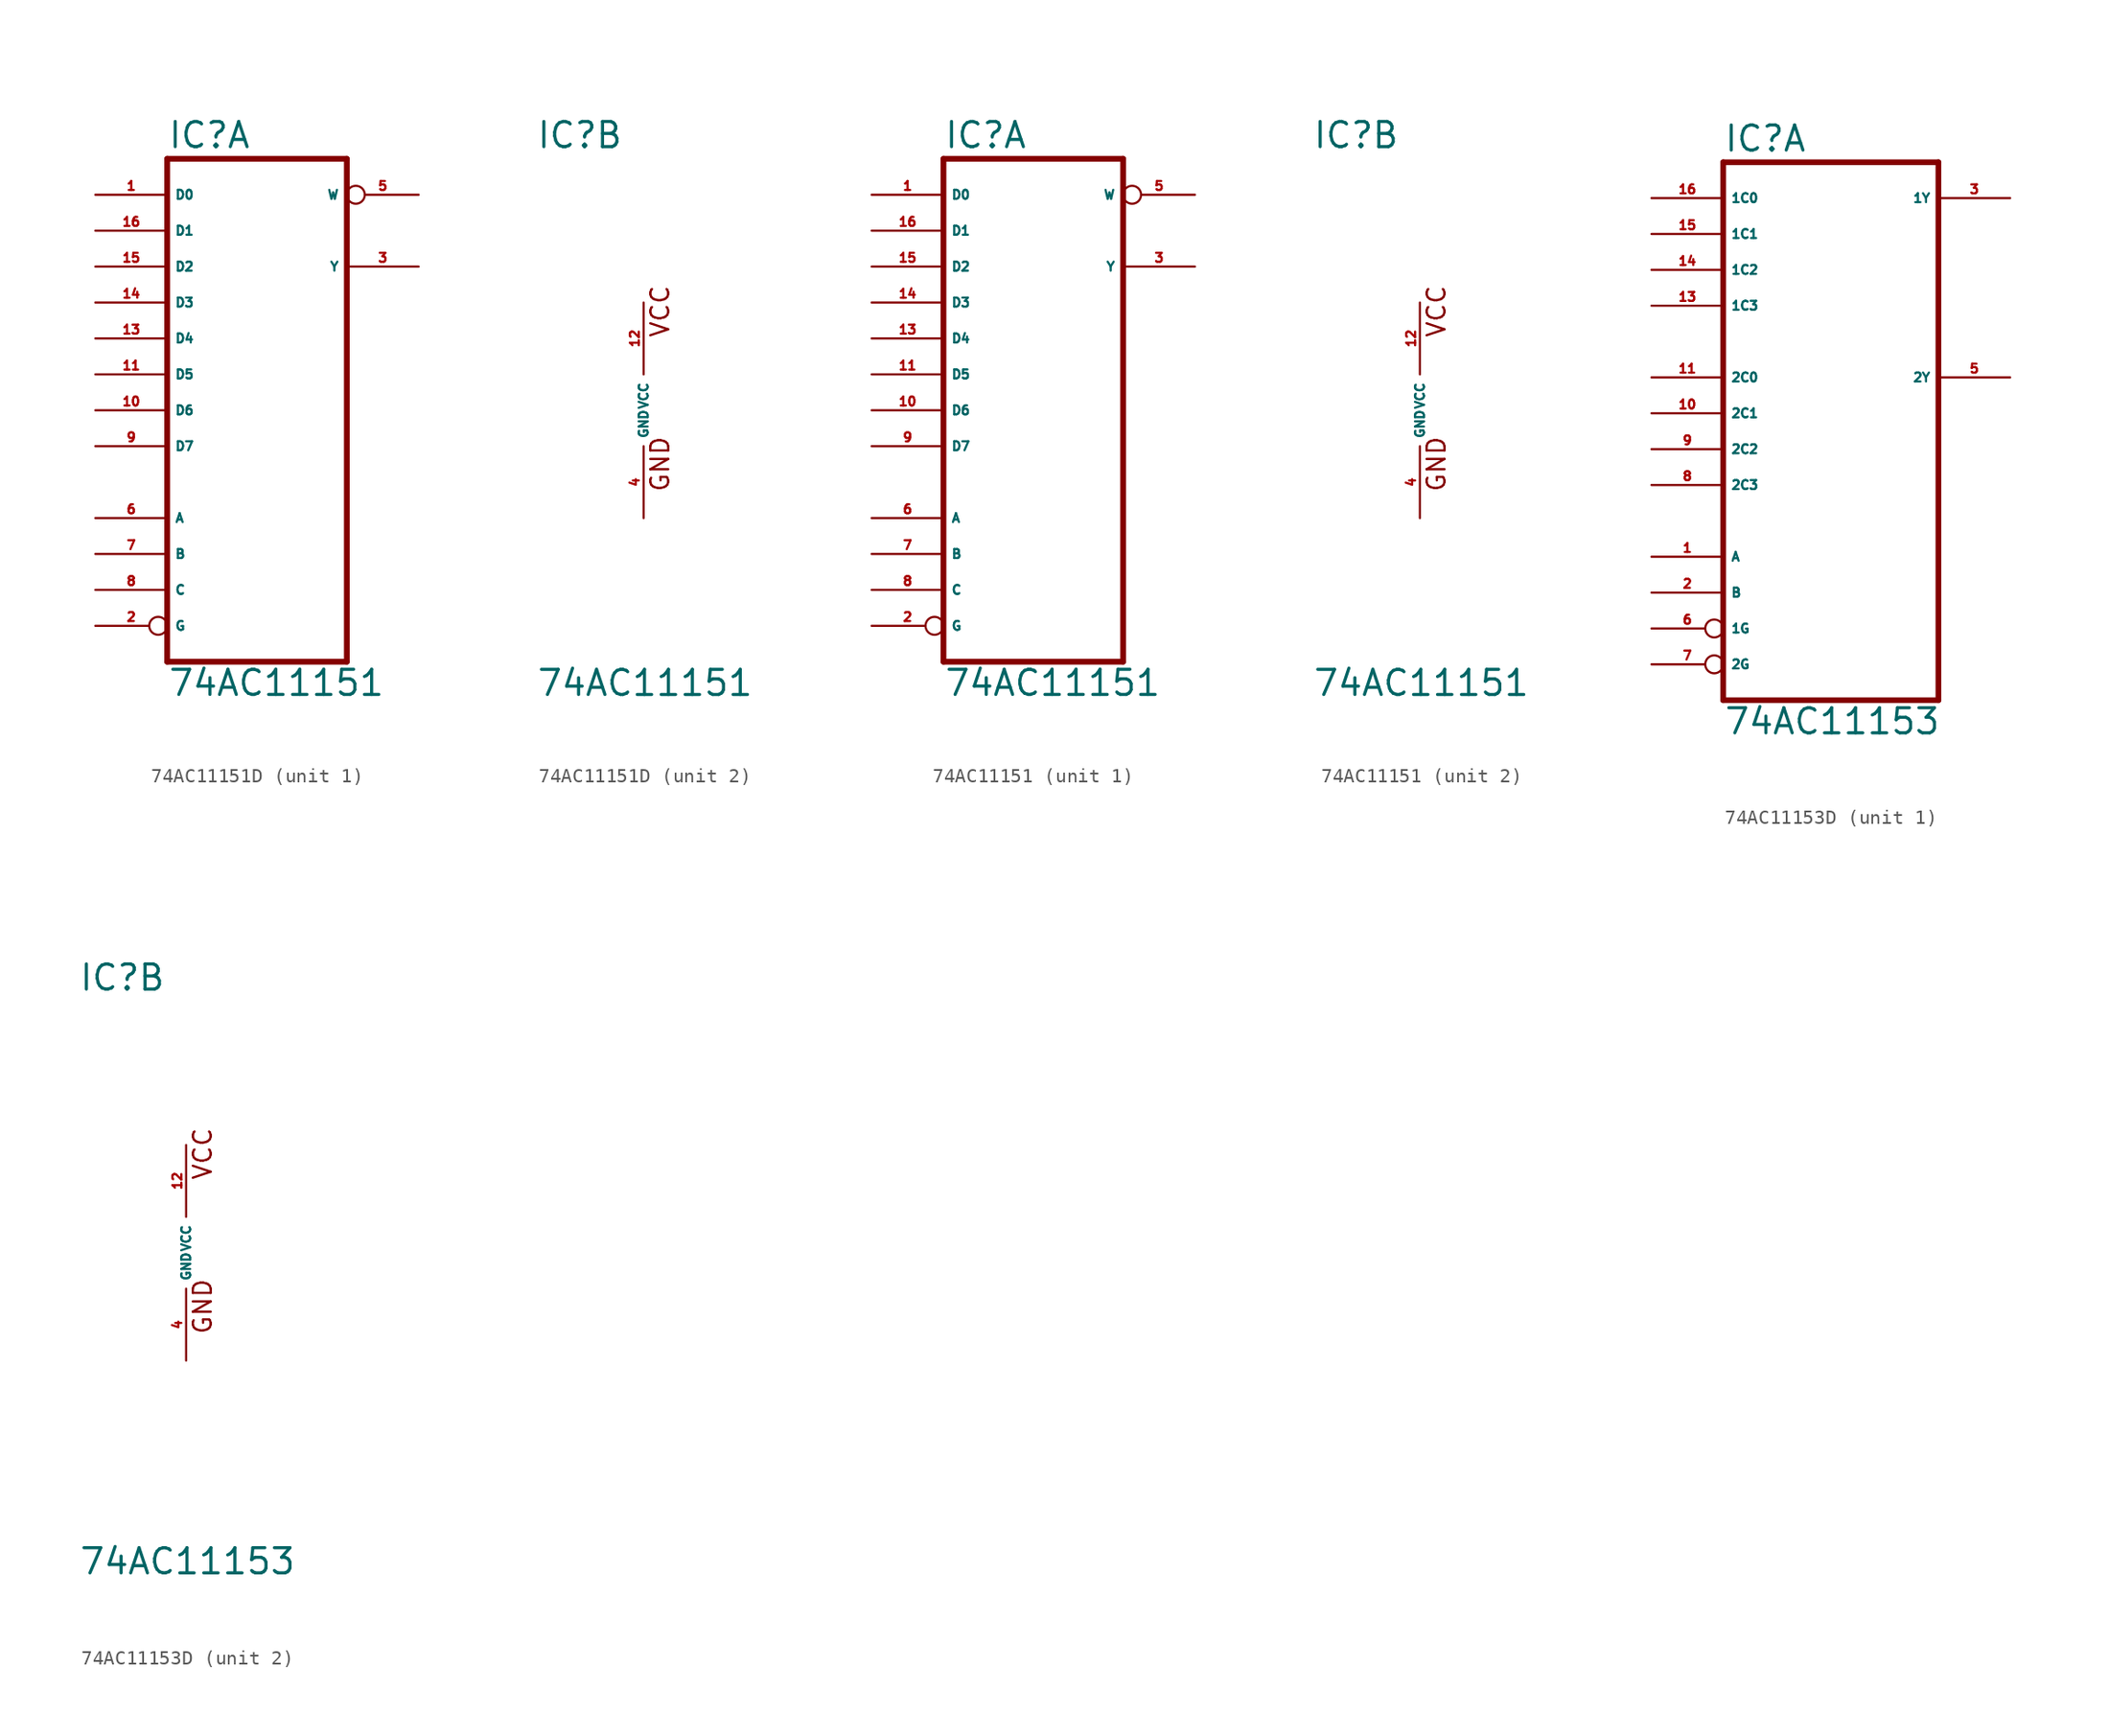
<source format=kicad_sym>
(kicad_symbol_lib
  (version 20220914)
  (generator Eagle2Kicad)
  (symbol "74AC11151D"
    (property "Reference" "IC"
      (at -7.62 18.415 0)
      (effects (font (size 1.778 1.778) (thickness 0.22)) (justify left bottom)))
    (property "Value" "74AC11151"
      (at -7.62 -20.32 0)
      (effects (font (size 1.778 1.778) (thickness 0.22)) (justify left bottom)))
    (symbol "74AC11151D_1_0"
      (polyline (pts (xy -7.62 -17.78) (xy 5.08 -17.78)) (stroke (width 0.406) (type default)) (fill (type none)))
      (polyline (pts (xy 5.08 -17.78) (xy 5.08 17.78)) (stroke (width 0.406) (type default)) (fill (type none)))
      (polyline (pts (xy 5.08 17.78) (xy -7.62 17.78)) (stroke (width 0.406) (type default)) (fill (type none)))
      (polyline (pts (xy -7.62 17.78) (xy -7.62 -17.78)) (stroke (width 0.406) (type default)) (fill (type none)))
      (pin input line (at -12.7 15.24 0) (length 5.08) (name "D0" (effects (font (size 0.635 0.635) (thickness 0.08)) (justify left bottom))) (number "1" (effects (font (size 0.635 0.635) (thickness 0.08)) (justify left bottom))))
      (pin input inverted (at -12.7 -15.24 0) (length 5.08) (name "G" (effects (font (size 0.635 0.635) (thickness 0.08)) (justify left bottom))) (number "2" (effects (font (size 0.635 0.635) (thickness 0.08)) (justify left bottom))))
      (pin output line (at 10.16 10.16 180) (length 5.08) (name "Y" (effects (font (size 0.635 0.635) (thickness 0.08)) (justify left bottom))) (number "3" (effects (font (size 0.635 0.635) (thickness 0.08)) (justify left bottom))))
      (pin output inverted (at 10.16 15.24 180) (length 5.08) (name "W" (effects (font (size 0.635 0.635) (thickness 0.08)) (justify left bottom))) (number "5" (effects (font (size 0.635 0.635) (thickness 0.08)) (justify left bottom))))
      (pin input line (at -12.7 -7.62 0) (length 5.08) (name "A" (effects (font (size 0.635 0.635) (thickness 0.08)) (justify left bottom))) (number "6" (effects (font (size 0.635 0.635) (thickness 0.08)) (justify left bottom))))
      (pin input line (at -12.7 -10.16 0) (length 5.08) (name "B" (effects (font (size 0.635 0.635) (thickness 0.08)) (justify left bottom))) (number "7" (effects (font (size 0.635 0.635) (thickness 0.08)) (justify left bottom))))
      (pin input line (at -12.7 -12.7 0) (length 5.08) (name "C" (effects (font (size 0.635 0.635) (thickness 0.08)) (justify left bottom))) (number "8" (effects (font (size 0.635 0.635) (thickness 0.08)) (justify left bottom))))
      (pin input line (at -12.7 -2.54 0) (length 5.08) (name "D7" (effects (font (size 0.635 0.635) (thickness 0.08)) (justify left bottom))) (number "9" (effects (font (size 0.635 0.635) (thickness 0.08)) (justify left bottom))))
      (pin input line (at -12.7 0 0) (length 5.08) (name "D6" (effects (font (size 0.635 0.635) (thickness 0.08)) (justify left bottom))) (number "10" (effects (font (size 0.635 0.635) (thickness 0.08)) (justify left bottom))))
      (pin input line (at -12.7 2.54 0) (length 5.08) (name "D5" (effects (font (size 0.635 0.635) (thickness 0.08)) (justify left bottom))) (number "11" (effects (font (size 0.635 0.635) (thickness 0.08)) (justify left bottom))))
      (pin input line (at -12.7 5.08 0) (length 5.08) (name "D4" (effects (font (size 0.635 0.635) (thickness 0.08)) (justify left bottom))) (number "13" (effects (font (size 0.635 0.635) (thickness 0.08)) (justify left bottom))))
      (pin input line (at -12.7 7.62 0) (length 5.08) (name "D3" (effects (font (size 0.635 0.635) (thickness 0.08)) (justify left bottom))) (number "14" (effects (font (size 0.635 0.635) (thickness 0.08)) (justify left bottom))))
      (pin input line (at -12.7 10.16 0) (length 5.08) (name "D2" (effects (font (size 0.635 0.635) (thickness 0.08)) (justify left bottom))) (number "15" (effects (font (size 0.635 0.635) (thickness 0.08)) (justify left bottom))))
      (pin input line (at -12.7 12.7 0) (length 5.08) (name "D1" (effects (font (size 0.635 0.635) (thickness 0.08)) (justify left bottom))) (number "16" (effects (font (size 0.635 0.635) (thickness 0.08)) (justify left bottom)))))
    (symbol "74AC11151D_2_0"
      (text "GND" (at 1.905 -5.842 900) (effects (font (size 1.27 1.27) (thickness 0.16)) (justify left bottom)))
      (text "VCC" (at 1.905 5.08 900) (effects (font (size 1.27 1.27) (thickness 0.16)) (justify left bottom)))
      (pin unspecified line (at 0 -7.62 90) (length 5.08) (name "GND" (effects (font (size 0.635 0.635) (thickness 0.08)) (justify left bottom))) (number "4" (effects (font (size 0.635 0.635) (thickness 0.08)) (justify left bottom))))
      (pin unspecified line (at 0 7.62 270) (length 5.08) (name "VCC" (effects (font (size 0.635 0.635) (thickness 0.08)) (justify left bottom))) (number "12" (effects (font (size 0.635 0.635) (thickness 0.08)) (justify left bottom))))))
  (symbol "74AC11151"
    (property "Reference" "IC"
      (at -7.62 18.415 0)
      (effects (font (size 1.778 1.778) (thickness 0.22)) (justify left bottom)))
    (property "Value" "74AC11151"
      (at -7.62 -20.32 0)
      (effects (font (size 1.778 1.778) (thickness 0.22)) (justify left bottom)))
    (symbol "74AC11151_1_0"
      (polyline (pts (xy -7.62 -17.78) (xy 5.08 -17.78)) (stroke (width 0.406) (type default)) (fill (type none)))
      (polyline (pts (xy 5.08 -17.78) (xy 5.08 17.78)) (stroke (width 0.406) (type default)) (fill (type none)))
      (polyline (pts (xy 5.08 17.78) (xy -7.62 17.78)) (stroke (width 0.406) (type default)) (fill (type none)))
      (polyline (pts (xy -7.62 17.78) (xy -7.62 -17.78)) (stroke (width 0.406) (type default)) (fill (type none)))
      (pin input line (at -12.7 15.24 0) (length 5.08) (name "D0" (effects (font (size 0.635 0.635) (thickness 0.08)) (justify left bottom))) (number "1" (effects (font (size 0.635 0.635) (thickness 0.08)) (justify left bottom))))
      (pin input inverted (at -12.7 -15.24 0) (length 5.08) (name "G" (effects (font (size 0.635 0.635) (thickness 0.08)) (justify left bottom))) (number "2" (effects (font (size 0.635 0.635) (thickness 0.08)) (justify left bottom))))
      (pin output line (at 10.16 10.16 180) (length 5.08) (name "Y" (effects (font (size 0.635 0.635) (thickness 0.08)) (justify left bottom))) (number "3" (effects (font (size 0.635 0.635) (thickness 0.08)) (justify left bottom))))
      (pin output inverted (at 10.16 15.24 180) (length 5.08) (name "W" (effects (font (size 0.635 0.635) (thickness 0.08)) (justify left bottom))) (number "5" (effects (font (size 0.635 0.635) (thickness 0.08)) (justify left bottom))))
      (pin input line (at -12.7 -7.62 0) (length 5.08) (name "A" (effects (font (size 0.635 0.635) (thickness 0.08)) (justify left bottom))) (number "6" (effects (font (size 0.635 0.635) (thickness 0.08)) (justify left bottom))))
      (pin input line (at -12.7 -10.16 0) (length 5.08) (name "B" (effects (font (size 0.635 0.635) (thickness 0.08)) (justify left bottom))) (number "7" (effects (font (size 0.635 0.635) (thickness 0.08)) (justify left bottom))))
      (pin input line (at -12.7 -12.7 0) (length 5.08) (name "C" (effects (font (size 0.635 0.635) (thickness 0.08)) (justify left bottom))) (number "8" (effects (font (size 0.635 0.635) (thickness 0.08)) (justify left bottom))))
      (pin input line (at -12.7 -2.54 0) (length 5.08) (name "D7" (effects (font (size 0.635 0.635) (thickness 0.08)) (justify left bottom))) (number "9" (effects (font (size 0.635 0.635) (thickness 0.08)) (justify left bottom))))
      (pin input line (at -12.7 0 0) (length 5.08) (name "D6" (effects (font (size 0.635 0.635) (thickness 0.08)) (justify left bottom))) (number "10" (effects (font (size 0.635 0.635) (thickness 0.08)) (justify left bottom))))
      (pin input line (at -12.7 2.54 0) (length 5.08) (name "D5" (effects (font (size 0.635 0.635) (thickness 0.08)) (justify left bottom))) (number "11" (effects (font (size 0.635 0.635) (thickness 0.08)) (justify left bottom))))
      (pin input line (at -12.7 5.08 0) (length 5.08) (name "D4" (effects (font (size 0.635 0.635) (thickness 0.08)) (justify left bottom))) (number "13" (effects (font (size 0.635 0.635) (thickness 0.08)) (justify left bottom))))
      (pin input line (at -12.7 7.62 0) (length 5.08) (name "D3" (effects (font (size 0.635 0.635) (thickness 0.08)) (justify left bottom))) (number "14" (effects (font (size 0.635 0.635) (thickness 0.08)) (justify left bottom))))
      (pin input line (at -12.7 10.16 0) (length 5.08) (name "D2" (effects (font (size 0.635 0.635) (thickness 0.08)) (justify left bottom))) (number "15" (effects (font (size 0.635 0.635) (thickness 0.08)) (justify left bottom))))
      (pin input line (at -12.7 12.7 0) (length 5.08) (name "D1" (effects (font (size 0.635 0.635) (thickness 0.08)) (justify left bottom))) (number "16" (effects (font (size 0.635 0.635) (thickness 0.08)) (justify left bottom)))))
    (symbol "74AC11151_2_0"
      (text "GND" (at 1.905 -5.842 900) (effects (font (size 1.27 1.27) (thickness 0.16)) (justify left bottom)))
      (text "VCC" (at 1.905 5.08 900) (effects (font (size 1.27 1.27) (thickness 0.16)) (justify left bottom)))
      (pin unspecified line (at 0 -7.62 90) (length 5.08) (name "GND" (effects (font (size 0.635 0.635) (thickness 0.08)) (justify left bottom))) (number "4" (effects (font (size 0.635 0.635) (thickness 0.08)) (justify left bottom))))
      (pin unspecified line (at 0 7.62 270) (length 5.08) (name "VCC" (effects (font (size 0.635 0.635) (thickness 0.08)) (justify left bottom))) (number "12" (effects (font (size 0.635 0.635) (thickness 0.08)) (justify left bottom))))))
  (symbol "74AC11153D"
    (property "Reference" "IC"
      (at -7.62 18.415 0)
      (effects (font (size 1.778 1.778) (thickness 0.22)) (justify left bottom)))
    (property "Value" "74AC11153"
      (at -7.62 -22.86 0)
      (effects (font (size 1.778 1.778) (thickness 0.22)) (justify left bottom)))
    (symbol "74AC11153D_1_0"
      (polyline (pts (xy -7.62 -20.32) (xy 7.62 -20.32)) (stroke (width 0.406) (type default)) (fill (type none)))
      (polyline (pts (xy 7.62 -20.32) (xy 7.62 17.78)) (stroke (width 0.406) (type default)) (fill (type none)))
      (polyline (pts (xy 7.62 17.78) (xy -7.62 17.78)) (stroke (width 0.406) (type default)) (fill (type none)))
      (polyline (pts (xy -7.62 17.78) (xy -7.62 -20.32)) (stroke (width 0.406) (type default)) (fill (type none)))
      (pin input line (at -12.7 -10.16 0) (length 5.08) (name "A" (effects (font (size 0.635 0.635) (thickness 0.08)) (justify left bottom))) (number "1" (effects (font (size 0.635 0.635) (thickness 0.08)) (justify left bottom))))
      (pin input line (at -12.7 -12.7 0) (length 5.08) (name "B" (effects (font (size 0.635 0.635) (thickness 0.08)) (justify left bottom))) (number "2" (effects (font (size 0.635 0.635) (thickness 0.08)) (justify left bottom))))
      (pin output line (at 12.7 15.24 180) (length 5.08) (name "1Y" (effects (font (size 0.635 0.635) (thickness 0.08)) (justify left bottom))) (number "3" (effects (font (size 0.635 0.635) (thickness 0.08)) (justify left bottom))))
      (pin output line (at 12.7 2.54 180) (length 5.08) (name "2Y" (effects (font (size 0.635 0.635) (thickness 0.08)) (justify left bottom))) (number "5" (effects (font (size 0.635 0.635) (thickness 0.08)) (justify left bottom))))
      (pin input inverted (at -12.7 -15.24 0) (length 5.08) (name "1G" (effects (font (size 0.635 0.635) (thickness 0.08)) (justify left bottom))) (number "6" (effects (font (size 0.635 0.635) (thickness 0.08)) (justify left bottom))))
      (pin input inverted (at -12.7 -17.78 0) (length 5.08) (name "2G" (effects (font (size 0.635 0.635) (thickness 0.08)) (justify left bottom))) (number "7" (effects (font (size 0.635 0.635) (thickness 0.08)) (justify left bottom))))
      (pin input line (at -12.7 -5.08 0) (length 5.08) (name "2C3" (effects (font (size 0.635 0.635) (thickness 0.08)) (justify left bottom))) (number "8" (effects (font (size 0.635 0.635) (thickness 0.08)) (justify left bottom))))
      (pin input line (at -12.7 -2.54 0) (length 5.08) (name "2C2" (effects (font (size 0.635 0.635) (thickness 0.08)) (justify left bottom))) (number "9" (effects (font (size 0.635 0.635) (thickness 0.08)) (justify left bottom))))
      (pin input line (at -12.7 0 0) (length 5.08) (name "2C1" (effects (font (size 0.635 0.635) (thickness 0.08)) (justify left bottom))) (number "10" (effects (font (size 0.635 0.635) (thickness 0.08)) (justify left bottom))))
      (pin input line (at -12.7 2.54 0) (length 5.08) (name "2C0" (effects (font (size 0.635 0.635) (thickness 0.08)) (justify left bottom))) (number "11" (effects (font (size 0.635 0.635) (thickness 0.08)) (justify left bottom))))
      (pin input line (at -12.7 7.62 0) (length 5.08) (name "1C3" (effects (font (size 0.635 0.635) (thickness 0.08)) (justify left bottom))) (number "13" (effects (font (size 0.635 0.635) (thickness 0.08)) (justify left bottom))))
      (pin input line (at -12.7 10.16 0) (length 5.08) (name "1C2" (effects (font (size 0.635 0.635) (thickness 0.08)) (justify left bottom))) (number "14" (effects (font (size 0.635 0.635) (thickness 0.08)) (justify left bottom))))
      (pin input line (at -12.7 12.7 0) (length 5.08) (name "1C1" (effects (font (size 0.635 0.635) (thickness 0.08)) (justify left bottom))) (number "15" (effects (font (size 0.635 0.635) (thickness 0.08)) (justify left bottom))))
      (pin input line (at -12.7 15.24 0) (length 5.08) (name "1C0" (effects (font (size 0.635 0.635) (thickness 0.08)) (justify left bottom))) (number "16" (effects (font (size 0.635 0.635) (thickness 0.08)) (justify left bottom)))))
    (symbol "74AC11153D_2_0"
      (text "GND" (at 1.905 -5.842 900) (effects (font (size 1.27 1.27) (thickness 0.16)) (justify left bottom)))
      (text "VCC" (at 1.905 5.08 900) (effects (font (size 1.27 1.27) (thickness 0.16)) (justify left bottom)))
      (pin unspecified line (at 0 -7.62 90) (length 5.08) (name "GND" (effects (font (size 0.635 0.635) (thickness 0.08)) (justify left bottom))) (number "4" (effects (font (size 0.635 0.635) (thickness 0.08)) (justify left bottom))))
      (pin unspecified line (at 0 7.62 270) (length 5.08) (name "VCC" (effects (font (size 0.635 0.635) (thickness 0.08)) (justify left bottom))) (number "12" (effects (font (size 0.635 0.635) (thickness 0.08)) (justify left bottom)))))))
</source>
